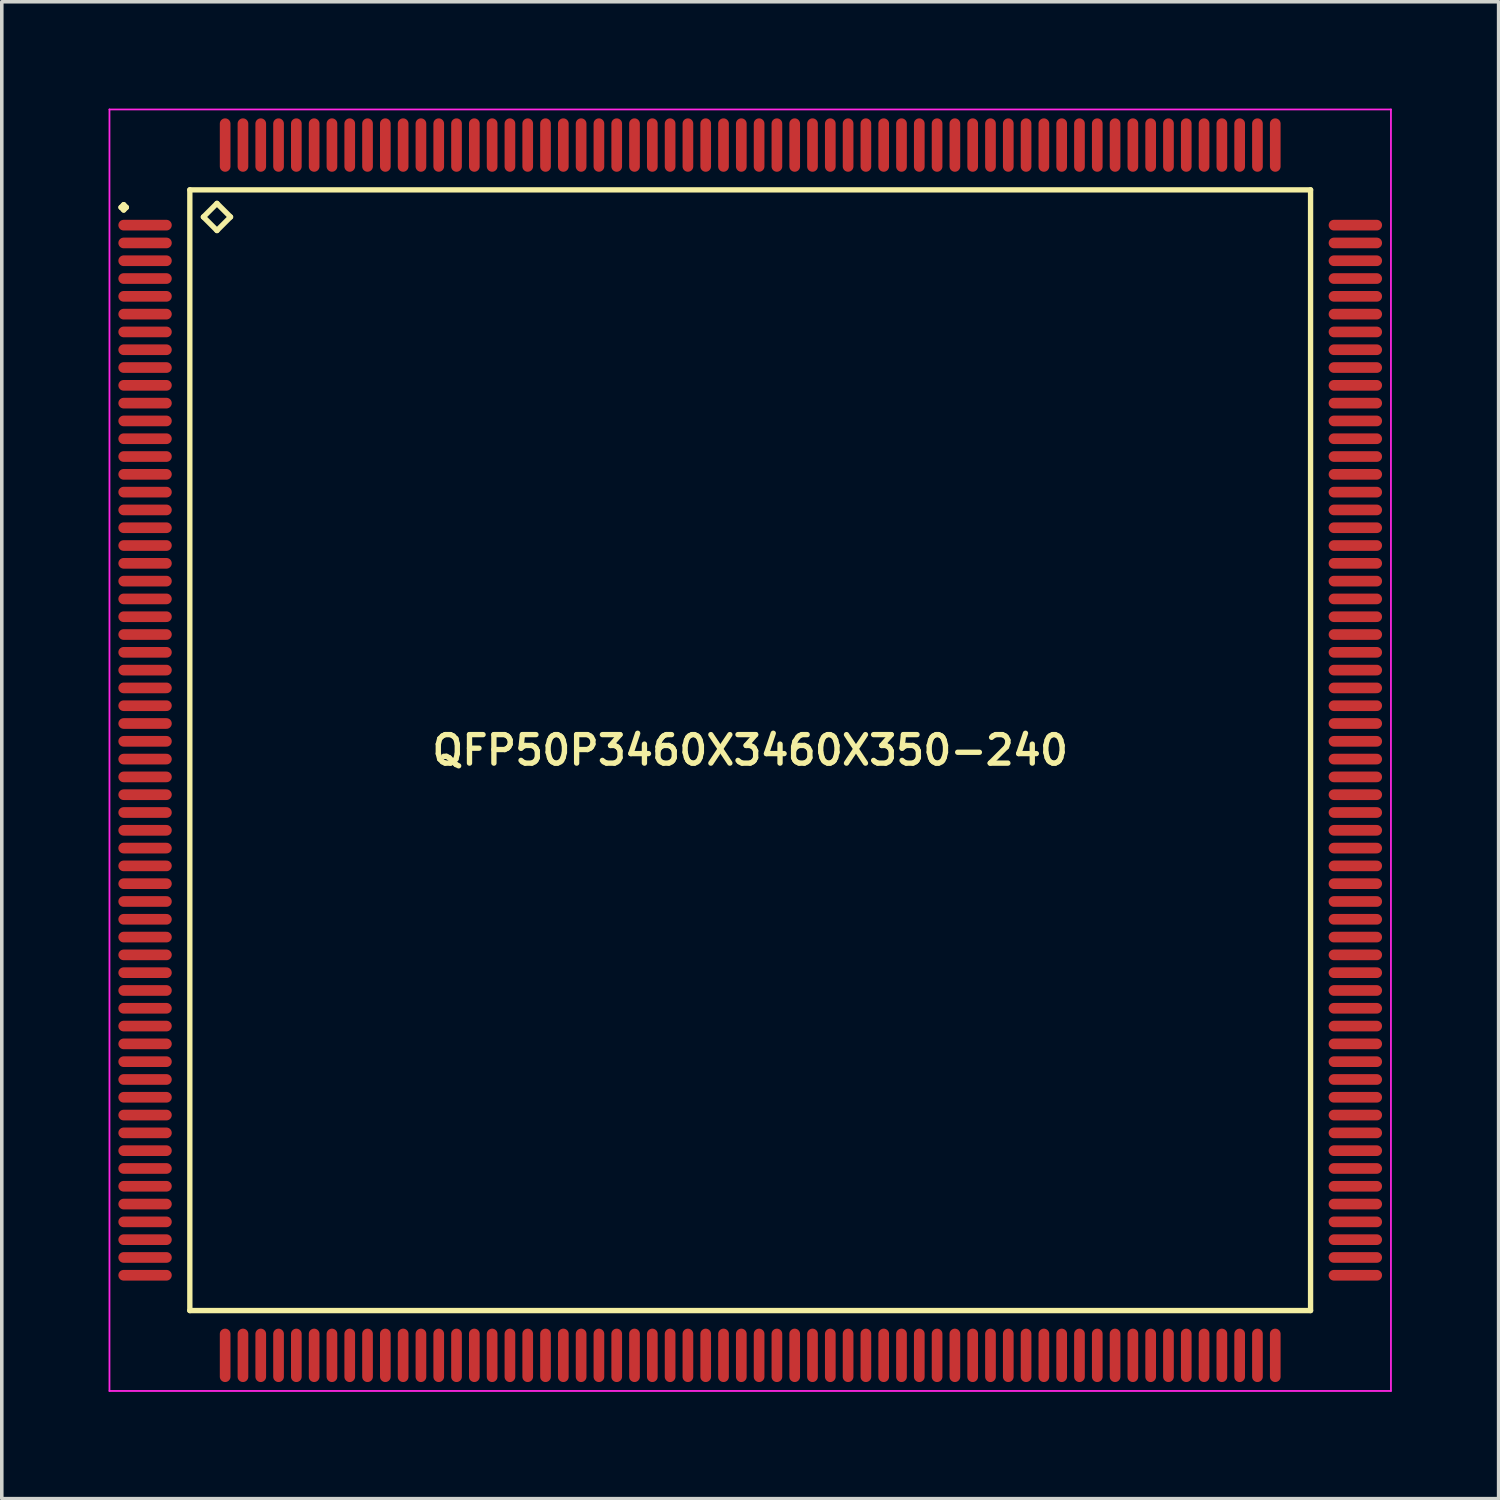
<source format=kicad_pcb>
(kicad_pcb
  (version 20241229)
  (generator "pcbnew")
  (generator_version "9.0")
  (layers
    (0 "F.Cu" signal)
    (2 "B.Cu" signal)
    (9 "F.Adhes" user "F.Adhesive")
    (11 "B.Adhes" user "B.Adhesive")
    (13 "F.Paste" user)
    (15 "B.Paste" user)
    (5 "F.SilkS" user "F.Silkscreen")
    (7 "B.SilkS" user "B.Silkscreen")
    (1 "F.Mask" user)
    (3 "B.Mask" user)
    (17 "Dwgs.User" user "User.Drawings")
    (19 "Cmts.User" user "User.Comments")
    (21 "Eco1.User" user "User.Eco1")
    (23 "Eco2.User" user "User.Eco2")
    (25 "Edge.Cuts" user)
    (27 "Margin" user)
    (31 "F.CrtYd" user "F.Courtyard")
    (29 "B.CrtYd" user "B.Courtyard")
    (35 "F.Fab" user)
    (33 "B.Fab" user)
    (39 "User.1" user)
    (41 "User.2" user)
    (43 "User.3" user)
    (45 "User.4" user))
  (footprint "QFP50P3460X3460X350-240"
    (layer "F.Cu")
    (at 18.025 18.025)
    (property "Reference" "QFP50P3460X3460X350-240" (at 0 0 0) (layer "F.SilkS") (effects (font (size 0.8 0.8) (thickness 0.15))))
    (attr smd)
    (fp_line (start -17.675 -15.25) (end -17.6 -15.325) (stroke (width 0.15) (type solid)) (layer "F.SilkS"))
    (fp_line (start -17.6 -15.325) (end -17.525 -15.25) (stroke (width 0.15) (type solid)) (layer "F.SilkS"))
    (fp_line (start -17.6 -15.175) (end -17.675 -15.25) (stroke (width 0.15) (type solid)) (layer "F.SilkS"))
    (fp_line (start -17.525 -15.25) (end -17.6 -15.175) (stroke (width 0.15) (type solid)) (layer "F.SilkS"))
    (fp_line (start -15.742 -15.742) (end -15.742 15.742) (stroke (width 0.15) (type solid)) (layer "F.SilkS"))
    (fp_line (start -15.742 15.742) (end 15.742 15.742) (stroke (width 0.15) (type solid)) (layer "F.SilkS"))
    (fp_line (start -15.361 -14.98) (end -14.98 -15.361) (stroke (width 0.15) (type solid)) (layer "F.SilkS"))
    (fp_line (start -14.98 -15.361) (end -14.599 -14.98) (stroke (width 0.15) (type solid)) (layer "F.SilkS"))
    (fp_line (start -14.98 -14.599) (end -15.361 -14.98) (stroke (width 0.15) (type solid)) (layer "F.SilkS"))
    (fp_line (start -14.599 -14.98) (end -14.98 -14.599) (stroke (width 0.15) (type solid)) (layer "F.SilkS"))
    (fp_line (start 15.742 -15.742) (end -15.742 -15.742) (stroke (width 0.15) (type solid)) (layer "F.SilkS"))
    (fp_line (start 15.742 15.742) (end 15.742 -15.742) (stroke (width 0.15) (type solid)) (layer "F.SilkS"))
    (fp_line (start -18 -18) (end 18 -18) (stroke (width 0.05) (type solid)) (layer "F.CrtYd"))
    (fp_line (start -18 18) (end -18 -18) (stroke (width 0.05) (type solid)) (layer "F.CrtYd"))
    (fp_line (start 18 -18) (end 18 18) (stroke (width 0.05) (type solid)) (layer "F.CrtYd"))
    (fp_line (start 18 18) (end -18 18) (stroke (width 0.05) (type solid)) (layer "F.CrtYd"))
    (pad "1" smd oval (at -17 -14.75) (size 1.5 0.3) (layers "F.Cu" "F.Mask" "F.Paste"))
    (pad "2" smd oval (at -17 -14.25) (size 1.5 0.3) (layers "F.Cu" "F.Mask" "F.Paste"))
    (pad "3" smd oval (at -17 -13.75) (size 1.5 0.3) (layers "F.Cu" "F.Mask" "F.Paste"))
    (pad "4" smd oval (at -17 -13.25) (size 1.5 0.3) (layers "F.Cu" "F.Mask" "F.Paste"))
    (pad "5" smd oval (at -17 -12.75) (size 1.5 0.3) (layers "F.Cu" "F.Mask" "F.Paste"))
    (pad "6" smd oval (at -17 -12.25) (size 1.5 0.3) (layers "F.Cu" "F.Mask" "F.Paste"))
    (pad "7" smd oval (at -17 -11.75) (size 1.5 0.3) (layers "F.Cu" "F.Mask" "F.Paste"))
    (pad "8" smd oval (at -17 -11.25) (size 1.5 0.3) (layers "F.Cu" "F.Mask" "F.Paste"))
    (pad "9" smd oval (at -17 -10.75) (size 1.5 0.3) (layers "F.Cu" "F.Mask" "F.Paste"))
    (pad "10" smd oval (at -17 -10.25) (size 1.5 0.3) (layers "F.Cu" "F.Mask" "F.Paste"))
    (pad "11" smd oval (at -17 -9.75) (size 1.5 0.3) (layers "F.Cu" "F.Mask" "F.Paste"))
    (pad "12" smd oval (at -17 -9.25) (size 1.5 0.3) (layers "F.Cu" "F.Mask" "F.Paste"))
    (pad "13" smd oval (at -17 -8.75) (size 1.5 0.3) (layers "F.Cu" "F.Mask" "F.Paste"))
    (pad "14" smd oval (at -17 -8.25) (size 1.5 0.3) (layers "F.Cu" "F.Mask" "F.Paste"))
    (pad "15" smd oval (at -17 -7.75) (size 1.5 0.3) (layers "F.Cu" "F.Mask" "F.Paste"))
    (pad "16" smd oval (at -17 -7.25) (size 1.5 0.3) (layers "F.Cu" "F.Mask" "F.Paste"))
    (pad "17" smd oval (at -17 -6.75) (size 1.5 0.3) (layers "F.Cu" "F.Mask" "F.Paste"))
    (pad "18" smd oval (at -17 -6.25) (size 1.5 0.3) (layers "F.Cu" "F.Mask" "F.Paste"))
    (pad "19" smd oval (at -17 -5.75) (size 1.5 0.3) (layers "F.Cu" "F.Mask" "F.Paste"))
    (pad "20" smd oval (at -17 -5.25) (size 1.5 0.3) (layers "F.Cu" "F.Mask" "F.Paste"))
    (pad "21" smd oval (at -17 -4.75) (size 1.5 0.3) (layers "F.Cu" "F.Mask" "F.Paste"))
    (pad "22" smd oval (at -17 -4.25) (size 1.5 0.3) (layers "F.Cu" "F.Mask" "F.Paste"))
    (pad "23" smd oval (at -17 -3.75) (size 1.5 0.3) (layers "F.Cu" "F.Mask" "F.Paste"))
    (pad "24" smd oval (at -17 -3.25) (size 1.5 0.3) (layers "F.Cu" "F.Mask" "F.Paste"))
    (pad "25" smd oval (at -17 -2.75) (size 1.5 0.3) (layers "F.Cu" "F.Mask" "F.Paste"))
    (pad "26" smd oval (at -17 -2.25) (size 1.5 0.3) (layers "F.Cu" "F.Mask" "F.Paste"))
    (pad "27" smd oval (at -17 -1.75) (size 1.5 0.3) (layers "F.Cu" "F.Mask" "F.Paste"))
    (pad "28" smd oval (at -17 -1.25) (size 1.5 0.3) (layers "F.Cu" "F.Mask" "F.Paste"))
    (pad "29" smd oval (at -17 -0.75) (size 1.5 0.3) (layers "F.Cu" "F.Mask" "F.Paste"))
    (pad "30" smd oval (at -17 -0.25) (size 1.5 0.3) (layers "F.Cu" "F.Mask" "F.Paste"))
    (pad "31" smd oval (at -17 0.25) (size 1.5 0.3) (layers "F.Cu" "F.Mask" "F.Paste"))
    (pad "32" smd oval (at -17 0.75) (size 1.5 0.3) (layers "F.Cu" "F.Mask" "F.Paste"))
    (pad "33" smd oval (at -17 1.25) (size 1.5 0.3) (layers "F.Cu" "F.Mask" "F.Paste"))
    (pad "34" smd oval (at -17 1.75) (size 1.5 0.3) (layers "F.Cu" "F.Mask" "F.Paste"))
    (pad "35" smd oval (at -17 2.25) (size 1.5 0.3) (layers "F.Cu" "F.Mask" "F.Paste"))
    (pad "36" smd oval (at -17 2.75) (size 1.5 0.3) (layers "F.Cu" "F.Mask" "F.Paste"))
    (pad "37" smd oval (at -17 3.25) (size 1.5 0.3) (layers "F.Cu" "F.Mask" "F.Paste"))
    (pad "38" smd oval (at -17 3.75) (size 1.5 0.3) (layers "F.Cu" "F.Mask" "F.Paste"))
    (pad "39" smd oval (at -17 4.25) (size 1.5 0.3) (layers "F.Cu" "F.Mask" "F.Paste"))
    (pad "40" smd oval (at -17 4.75) (size 1.5 0.3) (layers "F.Cu" "F.Mask" "F.Paste"))
    (pad "41" smd oval (at -17 5.25) (size 1.5 0.3) (layers "F.Cu" "F.Mask" "F.Paste"))
    (pad "42" smd oval (at -17 5.75) (size 1.5 0.3) (layers "F.Cu" "F.Mask" "F.Paste"))
    (pad "43" smd oval (at -17 6.25) (size 1.5 0.3) (layers "F.Cu" "F.Mask" "F.Paste"))
    (pad "44" smd oval (at -17 6.75) (size 1.5 0.3) (layers "F.Cu" "F.Mask" "F.Paste"))
    (pad "45" smd oval (at -17 7.25) (size 1.5 0.3) (layers "F.Cu" "F.Mask" "F.Paste"))
    (pad "46" smd oval (at -17 7.75) (size 1.5 0.3) (layers "F.Cu" "F.Mask" "F.Paste"))
    (pad "47" smd oval (at -17 8.25) (size 1.5 0.3) (layers "F.Cu" "F.Mask" "F.Paste"))
    (pad "48" smd oval (at -17 8.75) (size 1.5 0.3) (layers "F.Cu" "F.Mask" "F.Paste"))
    (pad "49" smd oval (at -17 9.25) (size 1.5 0.3) (layers "F.Cu" "F.Mask" "F.Paste"))
    (pad "50" smd oval (at -17 9.75) (size 1.5 0.3) (layers "F.Cu" "F.Mask" "F.Paste"))
    (pad "51" smd oval (at -17 10.25) (size 1.5 0.3) (layers "F.Cu" "F.Mask" "F.Paste"))
    (pad "52" smd oval (at -17 10.75) (size 1.5 0.3) (layers "F.Cu" "F.Mask" "F.Paste"))
    (pad "53" smd oval (at -17 11.25) (size 1.5 0.3) (layers "F.Cu" "F.Mask" "F.Paste"))
    (pad "54" smd oval (at -17 11.75) (size 1.5 0.3) (layers "F.Cu" "F.Mask" "F.Paste"))
    (pad "55" smd oval (at -17 12.25) (size 1.5 0.3) (layers "F.Cu" "F.Mask" "F.Paste"))
    (pad "56" smd oval (at -17 12.75) (size 1.5 0.3) (layers "F.Cu" "F.Mask" "F.Paste"))
    (pad "57" smd oval (at -17 13.25) (size 1.5 0.3) (layers "F.Cu" "F.Mask" "F.Paste"))
    (pad "58" smd oval (at -17 13.75) (size 1.5 0.3) (layers "F.Cu" "F.Mask" "F.Paste"))
    (pad "59" smd oval (at -17 14.25) (size 1.5 0.3) (layers "F.Cu" "F.Mask" "F.Paste"))
    (pad "60" smd oval (at -17 14.75) (size 1.5 0.3) (layers "F.Cu" "F.Mask" "F.Paste"))
    (pad "61" smd oval (at -14.75 17) (size 0.3 1.5) (layers "F.Cu" "F.Mask" "F.Paste"))
    (pad "62" smd oval (at -14.25 17) (size 0.3 1.5) (layers "F.Cu" "F.Mask" "F.Paste"))
    (pad "63" smd oval (at -13.75 17) (size 0.3 1.5) (layers "F.Cu" "F.Mask" "F.Paste"))
    (pad "64" smd oval (at -13.25 17) (size 0.3 1.5) (layers "F.Cu" "F.Mask" "F.Paste"))
    (pad "65" smd oval (at -12.75 17) (size 0.3 1.5) (layers "F.Cu" "F.Mask" "F.Paste"))
    (pad "66" smd oval (at -12.25 17) (size 0.3 1.5) (layers "F.Cu" "F.Mask" "F.Paste"))
    (pad "67" smd oval (at -11.75 17) (size 0.3 1.5) (layers "F.Cu" "F.Mask" "F.Paste"))
    (pad "68" smd oval (at -11.25 17) (size 0.3 1.5) (layers "F.Cu" "F.Mask" "F.Paste"))
    (pad "69" smd oval (at -10.75 17) (size 0.3 1.5) (layers "F.Cu" "F.Mask" "F.Paste"))
    (pad "70" smd oval (at -10.25 17) (size 0.3 1.5) (layers "F.Cu" "F.Mask" "F.Paste"))
    (pad "71" smd oval (at -9.75 17) (size 0.3 1.5) (layers "F.Cu" "F.Mask" "F.Paste"))
    (pad "72" smd oval (at -9.25 17) (size 0.3 1.5) (layers "F.Cu" "F.Mask" "F.Paste"))
    (pad "73" smd oval (at -8.75 17) (size 0.3 1.5) (layers "F.Cu" "F.Mask" "F.Paste"))
    (pad "74" smd oval (at -8.25 17) (size 0.3 1.5) (layers "F.Cu" "F.Mask" "F.Paste"))
    (pad "75" smd oval (at -7.75 17) (size 0.3 1.5) (layers "F.Cu" "F.Mask" "F.Paste"))
    (pad "76" smd oval (at -7.25 17) (size 0.3 1.5) (layers "F.Cu" "F.Mask" "F.Paste"))
    (pad "77" smd oval (at -6.75 17) (size 0.3 1.5) (layers "F.Cu" "F.Mask" "F.Paste"))
    (pad "78" smd oval (at -6.25 17) (size 0.3 1.5) (layers "F.Cu" "F.Mask" "F.Paste"))
    (pad "79" smd oval (at -5.75 17) (size 0.3 1.5) (layers "F.Cu" "F.Mask" "F.Paste"))
    (pad "80" smd oval (at -5.25 17) (size 0.3 1.5) (layers "F.Cu" "F.Mask" "F.Paste"))
    (pad "81" smd oval (at -4.75 17) (size 0.3 1.5) (layers "F.Cu" "F.Mask" "F.Paste"))
    (pad "82" smd oval (at -4.25 17) (size 0.3 1.5) (layers "F.Cu" "F.Mask" "F.Paste"))
    (pad "83" smd oval (at -3.75 17) (size 0.3 1.5) (layers "F.Cu" "F.Mask" "F.Paste"))
    (pad "84" smd oval (at -3.25 17) (size 0.3 1.5) (layers "F.Cu" "F.Mask" "F.Paste"))
    (pad "85" smd oval (at -2.75 17) (size 0.3 1.5) (layers "F.Cu" "F.Mask" "F.Paste"))
    (pad "86" smd oval (at -2.25 17) (size 0.3 1.5) (layers "F.Cu" "F.Mask" "F.Paste"))
    (pad "87" smd oval (at -1.75 17) (size 0.3 1.5) (layers "F.Cu" "F.Mask" "F.Paste"))
    (pad "88" smd oval (at -1.25 17) (size 0.3 1.5) (layers "F.Cu" "F.Mask" "F.Paste"))
    (pad "89" smd oval (at -0.75 17) (size 0.3 1.5) (layers "F.Cu" "F.Mask" "F.Paste"))
    (pad "90" smd oval (at -0.25 17) (size 0.3 1.5) (layers "F.Cu" "F.Mask" "F.Paste"))
    (pad "91" smd oval (at 0.25 17) (size 0.3 1.5) (layers "F.Cu" "F.Mask" "F.Paste"))
    (pad "92" smd oval (at 0.75 17) (size 0.3 1.5) (layers "F.Cu" "F.Mask" "F.Paste"))
    (pad "93" smd oval (at 1.25 17) (size 0.3 1.5) (layers "F.Cu" "F.Mask" "F.Paste"))
    (pad "94" smd oval (at 1.75 17) (size 0.3 1.5) (layers "F.Cu" "F.Mask" "F.Paste"))
    (pad "95" smd oval (at 2.25 17) (size 0.3 1.5) (layers "F.Cu" "F.Mask" "F.Paste"))
    (pad "96" smd oval (at 2.75 17) (size 0.3 1.5) (layers "F.Cu" "F.Mask" "F.Paste"))
    (pad "97" smd oval (at 3.25 17) (size 0.3 1.5) (layers "F.Cu" "F.Mask" "F.Paste"))
    (pad "98" smd oval (at 3.75 17) (size 0.3 1.5) (layers "F.Cu" "F.Mask" "F.Paste"))
    (pad "99" smd oval (at 4.25 17) (size 0.3 1.5) (layers "F.Cu" "F.Mask" "F.Paste"))
    (pad "100" smd oval (at 4.75 17) (size 0.3 1.5) (layers "F.Cu" "F.Mask" "F.Paste"))
    (pad "101" smd oval (at 5.25 17) (size 0.3 1.5) (layers "F.Cu" "F.Mask" "F.Paste"))
    (pad "102" smd oval (at 5.75 17) (size 0.3 1.5) (layers "F.Cu" "F.Mask" "F.Paste"))
    (pad "103" smd oval (at 6.25 17) (size 0.3 1.5) (layers "F.Cu" "F.Mask" "F.Paste"))
    (pad "104" smd oval (at 6.75 17) (size 0.3 1.5) (layers "F.Cu" "F.Mask" "F.Paste"))
    (pad "105" smd oval (at 7.25 17) (size 0.3 1.5) (layers "F.Cu" "F.Mask" "F.Paste"))
    (pad "106" smd oval (at 7.75 17) (size 0.3 1.5) (layers "F.Cu" "F.Mask" "F.Paste"))
    (pad "107" smd oval (at 8.25 17) (size 0.3 1.5) (layers "F.Cu" "F.Mask" "F.Paste"))
    (pad "108" smd oval (at 8.75 17) (size 0.3 1.5) (layers "F.Cu" "F.Mask" "F.Paste"))
    (pad "109" smd oval (at 9.25 17) (size 0.3 1.5) (layers "F.Cu" "F.Mask" "F.Paste"))
    (pad "110" smd oval (at 9.75 17) (size 0.3 1.5) (layers "F.Cu" "F.Mask" "F.Paste"))
    (pad "111" smd oval (at 10.25 17) (size 0.3 1.5) (layers "F.Cu" "F.Mask" "F.Paste"))
    (pad "112" smd oval (at 10.75 17) (size 0.3 1.5) (layers "F.Cu" "F.Mask" "F.Paste"))
    (pad "113" smd oval (at 11.25 17) (size 0.3 1.5) (layers "F.Cu" "F.Mask" "F.Paste"))
    (pad "114" smd oval (at 11.75 17) (size 0.3 1.5) (layers "F.Cu" "F.Mask" "F.Paste"))
    (pad "115" smd oval (at 12.25 17) (size 0.3 1.5) (layers "F.Cu" "F.Mask" "F.Paste"))
    (pad "116" smd oval (at 12.75 17) (size 0.3 1.5) (layers "F.Cu" "F.Mask" "F.Paste"))
    (pad "117" smd oval (at 13.25 17) (size 0.3 1.5) (layers "F.Cu" "F.Mask" "F.Paste"))
    (pad "118" smd oval (at 13.75 17) (size 0.3 1.5) (layers "F.Cu" "F.Mask" "F.Paste"))
    (pad "119" smd oval (at 14.25 17) (size 0.3 1.5) (layers "F.Cu" "F.Mask" "F.Paste"))
    (pad "120" smd oval (at 14.75 17) (size 0.3 1.5) (layers "F.Cu" "F.Mask" "F.Paste"))
    (pad "121" smd oval (at 17 14.75) (size 1.5 0.3) (layers "F.Cu" "F.Mask" "F.Paste"))
    (pad "122" smd oval (at 17 14.25) (size 1.5 0.3) (layers "F.Cu" "F.Mask" "F.Paste"))
    (pad "123" smd oval (at 17 13.75) (size 1.5 0.3) (layers "F.Cu" "F.Mask" "F.Paste"))
    (pad "124" smd oval (at 17 13.25) (size 1.5 0.3) (layers "F.Cu" "F.Mask" "F.Paste"))
    (pad "125" smd oval (at 17 12.75) (size 1.5 0.3) (layers "F.Cu" "F.Mask" "F.Paste"))
    (pad "126" smd oval (at 17 12.25) (size 1.5 0.3) (layers "F.Cu" "F.Mask" "F.Paste"))
    (pad "127" smd oval (at 17 11.75) (size 1.5 0.3) (layers "F.Cu" "F.Mask" "F.Paste"))
    (pad "128" smd oval (at 17 11.25) (size 1.5 0.3) (layers "F.Cu" "F.Mask" "F.Paste"))
    (pad "129" smd oval (at 17 10.75) (size 1.5 0.3) (layers "F.Cu" "F.Mask" "F.Paste"))
    (pad "130" smd oval (at 17 10.25) (size 1.5 0.3) (layers "F.Cu" "F.Mask" "F.Paste"))
    (pad "131" smd oval (at 17 9.75) (size 1.5 0.3) (layers "F.Cu" "F.Mask" "F.Paste"))
    (pad "132" smd oval (at 17 9.25) (size 1.5 0.3) (layers "F.Cu" "F.Mask" "F.Paste"))
    (pad "133" smd oval (at 17 8.75) (size 1.5 0.3) (layers "F.Cu" "F.Mask" "F.Paste"))
    (pad "134" smd oval (at 17 8.25) (size 1.5 0.3) (layers "F.Cu" "F.Mask" "F.Paste"))
    (pad "135" smd oval (at 17 7.75) (size 1.5 0.3) (layers "F.Cu" "F.Mask" "F.Paste"))
    (pad "136" smd oval (at 17 7.25) (size 1.5 0.3) (layers "F.Cu" "F.Mask" "F.Paste"))
    (pad "137" smd oval (at 17 6.75) (size 1.5 0.3) (layers "F.Cu" "F.Mask" "F.Paste"))
    (pad "138" smd oval (at 17 6.25) (size 1.5 0.3) (layers "F.Cu" "F.Mask" "F.Paste"))
    (pad "139" smd oval (at 17 5.75) (size 1.5 0.3) (layers "F.Cu" "F.Mask" "F.Paste"))
    (pad "140" smd oval (at 17 5.25) (size 1.5 0.3) (layers "F.Cu" "F.Mask" "F.Paste"))
    (pad "141" smd oval (at 17 4.75) (size 1.5 0.3) (layers "F.Cu" "F.Mask" "F.Paste"))
    (pad "142" smd oval (at 17 4.25) (size 1.5 0.3) (layers "F.Cu" "F.Mask" "F.Paste"))
    (pad "143" smd oval (at 17 3.75) (size 1.5 0.3) (layers "F.Cu" "F.Mask" "F.Paste"))
    (pad "144" smd oval (at 17 3.25) (size 1.5 0.3) (layers "F.Cu" "F.Mask" "F.Paste"))
    (pad "145" smd oval (at 17 2.75) (size 1.5 0.3) (layers "F.Cu" "F.Mask" "F.Paste"))
    (pad "146" smd oval (at 17 2.25) (size 1.5 0.3) (layers "F.Cu" "F.Mask" "F.Paste"))
    (pad "147" smd oval (at 17 1.75) (size 1.5 0.3) (layers "F.Cu" "F.Mask" "F.Paste"))
    (pad "148" smd oval (at 17 1.25) (size 1.5 0.3) (layers "F.Cu" "F.Mask" "F.Paste"))
    (pad "149" smd oval (at 17 0.75) (size 1.5 0.3) (layers "F.Cu" "F.Mask" "F.Paste"))
    (pad "150" smd oval (at 17 0.25) (size 1.5 0.3) (layers "F.Cu" "F.Mask" "F.Paste"))
    (pad "151" smd oval (at 17 -0.25) (size 1.5 0.3) (layers "F.Cu" "F.Mask" "F.Paste"))
    (pad "152" smd oval (at 17 -0.75) (size 1.5 0.3) (layers "F.Cu" "F.Mask" "F.Paste"))
    (pad "153" smd oval (at 17 -1.25) (size 1.5 0.3) (layers "F.Cu" "F.Mask" "F.Paste"))
    (pad "154" smd oval (at 17 -1.75) (size 1.5 0.3) (layers "F.Cu" "F.Mask" "F.Paste"))
    (pad "155" smd oval (at 17 -2.25) (size 1.5 0.3) (layers "F.Cu" "F.Mask" "F.Paste"))
    (pad "156" smd oval (at 17 -2.75) (size 1.5 0.3) (layers "F.Cu" "F.Mask" "F.Paste"))
    (pad "157" smd oval (at 17 -3.25) (size 1.5 0.3) (layers "F.Cu" "F.Mask" "F.Paste"))
    (pad "158" smd oval (at 17 -3.75) (size 1.5 0.3) (layers "F.Cu" "F.Mask" "F.Paste"))
    (pad "159" smd oval (at 17 -4.25) (size 1.5 0.3) (layers "F.Cu" "F.Mask" "F.Paste"))
    (pad "160" smd oval (at 17 -4.75) (size 1.5 0.3) (layers "F.Cu" "F.Mask" "F.Paste"))
    (pad "161" smd oval (at 17 -5.25) (size 1.5 0.3) (layers "F.Cu" "F.Mask" "F.Paste"))
    (pad "162" smd oval (at 17 -5.75) (size 1.5 0.3) (layers "F.Cu" "F.Mask" "F.Paste"))
    (pad "163" smd oval (at 17 -6.25) (size 1.5 0.3) (layers "F.Cu" "F.Mask" "F.Paste"))
    (pad "164" smd oval (at 17 -6.75) (size 1.5 0.3) (layers "F.Cu" "F.Mask" "F.Paste"))
    (pad "165" smd oval (at 17 -7.25) (size 1.5 0.3) (layers "F.Cu" "F.Mask" "F.Paste"))
    (pad "166" smd oval (at 17 -7.75) (size 1.5 0.3) (layers "F.Cu" "F.Mask" "F.Paste"))
    (pad "167" smd oval (at 17 -8.25) (size 1.5 0.3) (layers "F.Cu" "F.Mask" "F.Paste"))
    (pad "168" smd oval (at 17 -8.75) (size 1.5 0.3) (layers "F.Cu" "F.Mask" "F.Paste"))
    (pad "169" smd oval (at 17 -9.25) (size 1.5 0.3) (layers "F.Cu" "F.Mask" "F.Paste"))
    (pad "170" smd oval (at 17 -9.75) (size 1.5 0.3) (layers "F.Cu" "F.Mask" "F.Paste"))
    (pad "171" smd oval (at 17 -10.25) (size 1.5 0.3) (layers "F.Cu" "F.Mask" "F.Paste"))
    (pad "172" smd oval (at 17 -10.75) (size 1.5 0.3) (layers "F.Cu" "F.Mask" "F.Paste"))
    (pad "173" smd oval (at 17 -11.25) (size 1.5 0.3) (layers "F.Cu" "F.Mask" "F.Paste"))
    (pad "174" smd oval (at 17 -11.75) (size 1.5 0.3) (layers "F.Cu" "F.Mask" "F.Paste"))
    (pad "175" smd oval (at 17 -12.25) (size 1.5 0.3) (layers "F.Cu" "F.Mask" "F.Paste"))
    (pad "176" smd oval (at 17 -12.75) (size 1.5 0.3) (layers "F.Cu" "F.Mask" "F.Paste"))
    (pad "177" smd oval (at 17 -13.25) (size 1.5 0.3) (layers "F.Cu" "F.Mask" "F.Paste"))
    (pad "178" smd oval (at 17 -13.75) (size 1.5 0.3) (layers "F.Cu" "F.Mask" "F.Paste"))
    (pad "179" smd oval (at 17 -14.25) (size 1.5 0.3) (layers "F.Cu" "F.Mask" "F.Paste"))
    (pad "180" smd oval (at 17 -14.75) (size 1.5 0.3) (layers "F.Cu" "F.Mask" "F.Paste"))
    (pad "181" smd oval (at 14.75 -17) (size 0.3 1.5) (layers "F.Cu" "F.Mask" "F.Paste"))
    (pad "182" smd oval (at 14.25 -17) (size 0.3 1.5) (layers "F.Cu" "F.Mask" "F.Paste"))
    (pad "183" smd oval (at 13.75 -17) (size 0.3 1.5) (layers "F.Cu" "F.Mask" "F.Paste"))
    (pad "184" smd oval (at 13.25 -17) (size 0.3 1.5) (layers "F.Cu" "F.Mask" "F.Paste"))
    (pad "185" smd oval (at 12.75 -17) (size 0.3 1.5) (layers "F.Cu" "F.Mask" "F.Paste"))
    (pad "186" smd oval (at 12.25 -17) (size 0.3 1.5) (layers "F.Cu" "F.Mask" "F.Paste"))
    (pad "187" smd oval (at 11.75 -17) (size 0.3 1.5) (layers "F.Cu" "F.Mask" "F.Paste"))
    (pad "188" smd oval (at 11.25 -17) (size 0.3 1.5) (layers "F.Cu" "F.Mask" "F.Paste"))
    (pad "189" smd oval (at 10.75 -17) (size 0.3 1.5) (layers "F.Cu" "F.Mask" "F.Paste"))
    (pad "190" smd oval (at 10.25 -17) (size 0.3 1.5) (layers "F.Cu" "F.Mask" "F.Paste"))
    (pad "191" smd oval (at 9.75 -17) (size 0.3 1.5) (layers "F.Cu" "F.Mask" "F.Paste"))
    (pad "192" smd oval (at 9.25 -17) (size 0.3 1.5) (layers "F.Cu" "F.Mask" "F.Paste"))
    (pad "193" smd oval (at 8.75 -17) (size 0.3 1.5) (layers "F.Cu" "F.Mask" "F.Paste"))
    (pad "194" smd oval (at 8.25 -17) (size 0.3 1.5) (layers "F.Cu" "F.Mask" "F.Paste"))
    (pad "195" smd oval (at 7.75 -17) (size 0.3 1.5) (layers "F.Cu" "F.Mask" "F.Paste"))
    (pad "196" smd oval (at 7.25 -17) (size 0.3 1.5) (layers "F.Cu" "F.Mask" "F.Paste"))
    (pad "197" smd oval (at 6.75 -17) (size 0.3 1.5) (layers "F.Cu" "F.Mask" "F.Paste"))
    (pad "198" smd oval (at 6.25 -17) (size 0.3 1.5) (layers "F.Cu" "F.Mask" "F.Paste"))
    (pad "199" smd oval (at 5.75 -17) (size 0.3 1.5) (layers "F.Cu" "F.Mask" "F.Paste"))
    (pad "200" smd oval (at 5.25 -17) (size 0.3 1.5) (layers "F.Cu" "F.Mask" "F.Paste"))
    (pad "201" smd oval (at 4.75 -17) (size 0.3 1.5) (layers "F.Cu" "F.Mask" "F.Paste"))
    (pad "202" smd oval (at 4.25 -17) (size 0.3 1.5) (layers "F.Cu" "F.Mask" "F.Paste"))
    (pad "203" smd oval (at 3.75 -17) (size 0.3 1.5) (layers "F.Cu" "F.Mask" "F.Paste"))
    (pad "204" smd oval (at 3.25 -17) (size 0.3 1.5) (layers "F.Cu" "F.Mask" "F.Paste"))
    (pad "205" smd oval (at 2.75 -17) (size 0.3 1.5) (layers "F.Cu" "F.Mask" "F.Paste"))
    (pad "206" smd oval (at 2.25 -17) (size 0.3 1.5) (layers "F.Cu" "F.Mask" "F.Paste"))
    (pad "207" smd oval (at 1.75 -17) (size 0.3 1.5) (layers "F.Cu" "F.Mask" "F.Paste"))
    (pad "208" smd oval (at 1.25 -17) (size 0.3 1.5) (layers "F.Cu" "F.Mask" "F.Paste"))
    (pad "209" smd oval (at 0.75 -17) (size 0.3 1.5) (layers "F.Cu" "F.Mask" "F.Paste"))
    (pad "210" smd oval (at 0.25 -17) (size 0.3 1.5) (layers "F.Cu" "F.Mask" "F.Paste"))
    (pad "211" smd oval (at -0.25 -17) (size 0.3 1.5) (layers "F.Cu" "F.Mask" "F.Paste"))
    (pad "212" smd oval (at -0.75 -17) (size 0.3 1.5) (layers "F.Cu" "F.Mask" "F.Paste"))
    (pad "213" smd oval (at -1.25 -17) (size 0.3 1.5) (layers "F.Cu" "F.Mask" "F.Paste"))
    (pad "214" smd oval (at -1.75 -17) (size 0.3 1.5) (layers "F.Cu" "F.Mask" "F.Paste"))
    (pad "215" smd oval (at -2.25 -17) (size 0.3 1.5) (layers "F.Cu" "F.Mask" "F.Paste"))
    (pad "216" smd oval (at -2.75 -17) (size 0.3 1.5) (layers "F.Cu" "F.Mask" "F.Paste"))
    (pad "217" smd oval (at -3.25 -17) (size 0.3 1.5) (layers "F.Cu" "F.Mask" "F.Paste"))
    (pad "218" smd oval (at -3.75 -17) (size 0.3 1.5) (layers "F.Cu" "F.Mask" "F.Paste"))
    (pad "219" smd oval (at -4.25 -17) (size 0.3 1.5) (layers "F.Cu" "F.Mask" "F.Paste"))
    (pad "220" smd oval (at -4.75 -17) (size 0.3 1.5) (layers "F.Cu" "F.Mask" "F.Paste"))
    (pad "221" smd oval (at -5.25 -17) (size 0.3 1.5) (layers "F.Cu" "F.Mask" "F.Paste"))
    (pad "222" smd oval (at -5.75 -17) (size 0.3 1.5) (layers "F.Cu" "F.Mask" "F.Paste"))
    (pad "223" smd oval (at -6.25 -17) (size 0.3 1.5) (layers "F.Cu" "F.Mask" "F.Paste"))
    (pad "224" smd oval (at -6.75 -17) (size 0.3 1.5) (layers "F.Cu" "F.Mask" "F.Paste"))
    (pad "225" smd oval (at -7.25 -17) (size 0.3 1.5) (layers "F.Cu" "F.Mask" "F.Paste"))
    (pad "226" smd oval (at -7.75 -17) (size 0.3 1.5) (layers "F.Cu" "F.Mask" "F.Paste"))
    (pad "227" smd oval (at -8.25 -17) (size 0.3 1.5) (layers "F.Cu" "F.Mask" "F.Paste"))
    (pad "228" smd oval (at -8.75 -17) (size 0.3 1.5) (layers "F.Cu" "F.Mask" "F.Paste"))
    (pad "229" smd oval (at -9.25 -17) (size 0.3 1.5) (layers "F.Cu" "F.Mask" "F.Paste"))
    (pad "230" smd oval (at -9.75 -17) (size 0.3 1.5) (layers "F.Cu" "F.Mask" "F.Paste"))
    (pad "231" smd oval (at -10.25 -17) (size 0.3 1.5) (layers "F.Cu" "F.Mask" "F.Paste"))
    (pad "232" smd oval (at -10.75 -17) (size 0.3 1.5) (layers "F.Cu" "F.Mask" "F.Paste"))
    (pad "233" smd oval (at -11.25 -17) (size 0.3 1.5) (layers "F.Cu" "F.Mask" "F.Paste"))
    (pad "234" smd oval (at -11.75 -17) (size 0.3 1.5) (layers "F.Cu" "F.Mask" "F.Paste"))
    (pad "235" smd oval (at -12.25 -17) (size 0.3 1.5) (layers "F.Cu" "F.Mask" "F.Paste"))
    (pad "236" smd oval (at -12.75 -17) (size 0.3 1.5) (layers "F.Cu" "F.Mask" "F.Paste"))
    (pad "237" smd oval (at -13.25 -17) (size 0.3 1.5) (layers "F.Cu" "F.Mask" "F.Paste"))
    (pad "238" smd oval (at -13.75 -17) (size 0.3 1.5) (layers "F.Cu" "F.Mask" "F.Paste"))
    (pad "239" smd oval (at -14.25 -17) (size 0.3 1.5) (layers "F.Cu" "F.Mask" "F.Paste"))
    (pad "240" smd oval (at -14.75 -17) (size 0.3 1.5) (layers "F.Cu" "F.Mask" "F.Paste")))
  (gr_rect
    (start -3 -3)
    (end 39.05 39.05)
    (stroke (width 0.1) (type default))
    (fill no)
    (layer "Edge.Cuts")))
</source>
